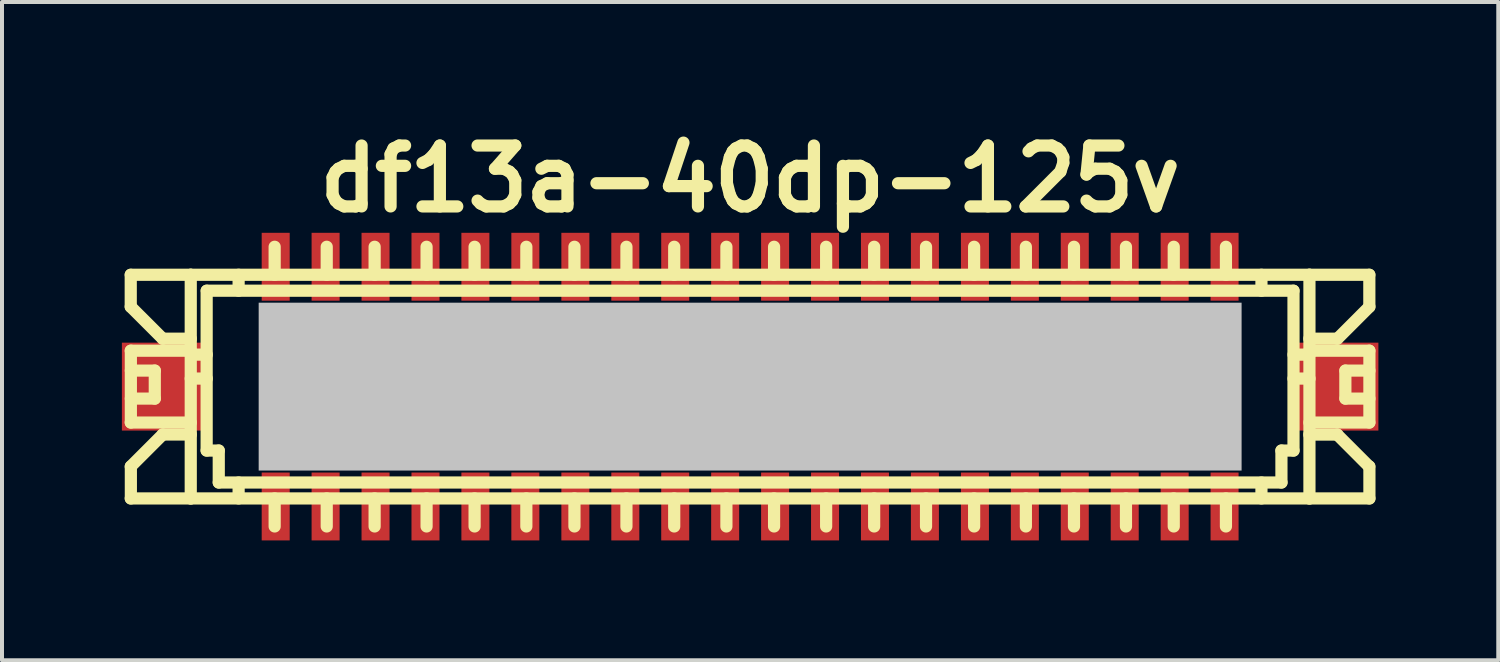
<source format=kicad_pcb>
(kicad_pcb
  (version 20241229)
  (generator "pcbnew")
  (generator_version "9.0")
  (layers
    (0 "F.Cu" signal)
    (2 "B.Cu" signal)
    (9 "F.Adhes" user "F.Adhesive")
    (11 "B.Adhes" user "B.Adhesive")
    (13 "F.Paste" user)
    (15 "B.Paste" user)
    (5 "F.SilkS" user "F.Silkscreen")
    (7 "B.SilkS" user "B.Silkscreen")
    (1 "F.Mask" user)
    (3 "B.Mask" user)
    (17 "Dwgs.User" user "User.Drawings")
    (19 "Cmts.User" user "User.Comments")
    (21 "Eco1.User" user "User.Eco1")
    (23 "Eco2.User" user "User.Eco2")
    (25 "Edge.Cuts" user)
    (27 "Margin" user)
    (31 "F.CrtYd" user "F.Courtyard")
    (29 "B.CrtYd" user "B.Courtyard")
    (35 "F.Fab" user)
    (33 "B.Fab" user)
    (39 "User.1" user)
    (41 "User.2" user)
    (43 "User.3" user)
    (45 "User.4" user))
  (footprint "df13a-40dp-125v"
    (layer "F.Cu")
    (at 15.724 6.626)
    (property "Reference" "df13a-40dp-125v" (at 0 -5.199 0) (layer "F.SilkS") (effects (font (size 1.524 1.524) (thickness 0.305))))
    (attr through_hole)
    (fp_line (start -15.502 -2.799) (end -15.502 -1.999) (stroke (width 0.305) (type solid)) (layer "F.SilkS"))
    (fp_line (start -15.502 -1.999) (end -14.702 -1.199) (stroke (width 0.305) (type solid)) (layer "F.SilkS"))
    (fp_line (start -15.502 -0.899) (end -14 -0.899) (stroke (width 0.305) (type solid)) (layer "F.SilkS"))
    (fp_line (start -15.502 0.899) (end -14 0.899) (stroke (width 0.305) (type solid)) (layer "F.SilkS"))
    (fp_line (start -15.502 2.799) (end -14 2.799) (stroke (width 0.305) (type solid)) (layer "F.SilkS"))
    (fp_line (start -15.499 -0.401) (end -14.9 -0.401) (stroke (width 0.305) (type solid)) (layer "F.SilkS"))
    (fp_line (start -15.499 0.899) (end -15.499 -0.899) (stroke (width 0.305) (type solid)) (layer "F.SilkS"))
    (fp_line (start -15.499 2.799) (end -15.499 1.999) (stroke (width 0.305) (type solid)) (layer "F.SilkS"))
    (fp_line (start -14.9 -0.401) (end -14.9 0.3) (stroke (width 0.305) (type solid)) (layer "F.SilkS"))
    (fp_line (start -14.9 0.3) (end -15.499 0.3) (stroke (width 0.305) (type solid)) (layer "F.SilkS"))
    (fp_line (start -14.702 -1.199) (end -14 -1.199) (stroke (width 0.305) (type solid)) (layer "F.SilkS"))
    (fp_line (start -14.702 1.199) (end -15.502 1.999) (stroke (width 0.305) (type solid)) (layer "F.SilkS"))
    (fp_line (start -14 -2.799) (end -15.502 -2.799) (stroke (width 0.305) (type solid)) (layer "F.SilkS"))
    (fp_line (start -14 -2.799) (end -14 2.799) (stroke (width 0.305) (type solid)) (layer "F.SilkS"))
    (fp_line (start -14 -0.8) (end -13.599 -0.8) (stroke (width 0.305) (type solid)) (layer "F.SilkS"))
    (fp_line (start -14 -0.201) (end -13.599 -0.201) (stroke (width 0.305) (type solid)) (layer "F.SilkS"))
    (fp_line (start -14 1.199) (end -14.702 1.199) (stroke (width 0.305) (type solid)) (layer "F.SilkS"))
    (fp_line (start -14 2.799) (end 14 2.799) (stroke (width 0.305) (type solid)) (layer "F.SilkS"))
    (fp_line (start -13.602 1.6) (end -13.602 -2.4) (stroke (width 0.305) (type solid)) (layer "F.SilkS"))
    (fp_line (start -13.599 -2.4) (end 13.599 -2.4) (stroke (width 0.305) (type solid)) (layer "F.SilkS"))
    (fp_line (start -13.299 1.6) (end -13.602 1.6) (stroke (width 0.305) (type solid)) (layer "F.SilkS"))
    (fp_line (start -13.299 2.4) (end -13.299 1.6) (stroke (width 0.305) (type solid)) (layer "F.SilkS"))
    (fp_line (start -12.802 -2.799) (end -12.802 -2.4) (stroke (width 0.305) (type solid)) (layer "F.SilkS"))
    (fp_line (start -12.802 2.4) (end -12.802 2.799) (stroke (width 0.305) (type solid)) (layer "F.SilkS"))
    (fp_line (start -12.002 -0.701) (end -12.002 -0.5) (stroke (width 0.305) (type solid)) (layer "F.SilkS"))
    (fp_line (start -12.002 -0.5) (end -11.801 -0.5) (stroke (width 0.305) (type solid)) (layer "F.SilkS"))
    (fp_line (start -12.002 0.498) (end -12.002 0.699) (stroke (width 0.305) (type solid)) (layer "F.SilkS"))
    (fp_line (start -12.002 0.699) (end -11.801 0.699) (stroke (width 0.305) (type solid)) (layer "F.SilkS"))
    (fp_line (start -11.9 -3.5) (end -11.9 -2.799) (stroke (width 0.305) (type solid)) (layer "F.SilkS"))
    (fp_line (start -11.9 2.799) (end -11.9 3.5) (stroke (width 0.305) (type solid)) (layer "F.SilkS"))
    (fp_line (start -11.801 -0.701) (end -12.002 -0.701) (stroke (width 0.305) (type solid)) (layer "F.SilkS"))
    (fp_line (start -11.801 -0.5) (end -11.801 -0.701) (stroke (width 0.305) (type solid)) (layer "F.SilkS"))
    (fp_line (start -11.801 0.498) (end -12.002 0.498) (stroke (width 0.305) (type solid)) (layer "F.SilkS"))
    (fp_line (start -11.801 0.699) (end -11.801 0.498) (stroke (width 0.305) (type solid)) (layer "F.SilkS"))
    (fp_line (start -10.698 -0.699) (end -10.5 -0.699) (stroke (width 0.305) (type solid)) (layer "F.SilkS"))
    (fp_line (start -10.698 -0.5) (end -10.698 -0.699) (stroke (width 0.305) (type solid)) (layer "F.SilkS"))
    (fp_line (start -10.698 0.5) (end -10.5 0.5) (stroke (width 0.305) (type solid)) (layer "F.SilkS"))
    (fp_line (start -10.698 0.699) (end -10.698 0.5) (stroke (width 0.305) (type solid)) (layer "F.SilkS"))
    (fp_line (start -10.597 -3.5) (end -10.597 -2.799) (stroke (width 0.305) (type solid)) (layer "F.SilkS"))
    (fp_line (start -10.597 2.799) (end -10.597 3.5) (stroke (width 0.305) (type solid)) (layer "F.SilkS"))
    (fp_line (start -10.5 -0.699) (end -10.5 -0.5) (stroke (width 0.305) (type solid)) (layer "F.SilkS"))
    (fp_line (start -10.5 -0.5) (end -10.698 -0.5) (stroke (width 0.305) (type solid)) (layer "F.SilkS"))
    (fp_line (start -10.5 0.5) (end -10.5 0.699) (stroke (width 0.305) (type solid)) (layer "F.SilkS"))
    (fp_line (start -10.5 0.699) (end -10.698 0.699) (stroke (width 0.305) (type solid)) (layer "F.SilkS"))
    (fp_line (start -9.502 -0.699) (end -9.304 -0.699) (stroke (width 0.305) (type solid)) (layer "F.SilkS"))
    (fp_line (start -9.502 -0.5) (end -9.502 -0.699) (stroke (width 0.305) (type solid)) (layer "F.SilkS"))
    (fp_line (start -9.502 0.5) (end -9.304 0.5) (stroke (width 0.305) (type solid)) (layer "F.SilkS"))
    (fp_line (start -9.502 0.699) (end -9.502 0.5) (stroke (width 0.305) (type solid)) (layer "F.SilkS"))
    (fp_line (start -9.398 -3.5) (end -9.398 -2.799) (stroke (width 0.305) (type solid)) (layer "F.SilkS"))
    (fp_line (start -9.398 2.799) (end -9.398 3.5) (stroke (width 0.305) (type solid)) (layer "F.SilkS"))
    (fp_line (start -9.304 -0.699) (end -9.304 -0.5) (stroke (width 0.305) (type solid)) (layer "F.SilkS"))
    (fp_line (start -9.304 -0.5) (end -9.502 -0.5) (stroke (width 0.305) (type solid)) (layer "F.SilkS"))
    (fp_line (start -9.304 0.5) (end -9.304 0.699) (stroke (width 0.305) (type solid)) (layer "F.SilkS"))
    (fp_line (start -9.304 0.699) (end -9.502 0.699) (stroke (width 0.305) (type solid)) (layer "F.SilkS"))
    (fp_line (start -8.199 -0.699) (end -8.001 -0.699) (stroke (width 0.305) (type solid)) (layer "F.SilkS"))
    (fp_line (start -8.199 -0.5) (end -8.199 -0.699) (stroke (width 0.305) (type solid)) (layer "F.SilkS"))
    (fp_line (start -8.199 0.5) (end -8.001 0.5) (stroke (width 0.305) (type solid)) (layer "F.SilkS"))
    (fp_line (start -8.199 0.699) (end -8.199 0.5) (stroke (width 0.305) (type solid)) (layer "F.SilkS"))
    (fp_line (start -8.098 -3.5) (end -8.098 -2.799) (stroke (width 0.305) (type solid)) (layer "F.SilkS"))
    (fp_line (start -8.098 2.799) (end -8.098 3.5) (stroke (width 0.305) (type solid)) (layer "F.SilkS"))
    (fp_line (start -8.001 -0.699) (end -8.001 -0.5) (stroke (width 0.305) (type solid)) (layer "F.SilkS"))
    (fp_line (start -8.001 -0.5) (end -8.199 -0.5) (stroke (width 0.305) (type solid)) (layer "F.SilkS"))
    (fp_line (start -8.001 0.5) (end -8.001 0.699) (stroke (width 0.305) (type solid)) (layer "F.SilkS"))
    (fp_line (start -8.001 0.699) (end -8.199 0.699) (stroke (width 0.305) (type solid)) (layer "F.SilkS"))
    (fp_line (start -6.998 -0.701) (end -6.797 -0.701) (stroke (width 0.305) (type solid)) (layer "F.SilkS"))
    (fp_line (start -6.998 -0.5) (end -6.998 -0.701) (stroke (width 0.305) (type solid)) (layer "F.SilkS"))
    (fp_line (start -6.998 0.498) (end -6.797 0.498) (stroke (width 0.305) (type solid)) (layer "F.SilkS"))
    (fp_line (start -6.998 0.699) (end -6.998 0.498) (stroke (width 0.305) (type solid)) (layer "F.SilkS"))
    (fp_line (start -6.896 -3.5) (end -6.896 -2.799) (stroke (width 0.305) (type solid)) (layer "F.SilkS"))
    (fp_line (start -6.896 2.799) (end -6.896 3.5) (stroke (width 0.305) (type solid)) (layer "F.SilkS"))
    (fp_line (start -6.797 -0.701) (end -6.797 -0.5) (stroke (width 0.305) (type solid)) (layer "F.SilkS"))
    (fp_line (start -6.797 -0.5) (end -6.998 -0.5) (stroke (width 0.305) (type solid)) (layer "F.SilkS"))
    (fp_line (start -6.797 0.498) (end -6.797 0.699) (stroke (width 0.305) (type solid)) (layer "F.SilkS"))
    (fp_line (start -6.797 0.699) (end -6.998 0.699) (stroke (width 0.305) (type solid)) (layer "F.SilkS"))
    (fp_line (start -5.702 -0.704) (end -5.702 -0.503) (stroke (width 0.305) (type solid)) (layer "F.SilkS"))
    (fp_line (start -5.702 -0.503) (end -5.502 -0.503) (stroke (width 0.305) (type solid)) (layer "F.SilkS"))
    (fp_line (start -5.702 0.495) (end -5.702 0.696) (stroke (width 0.305) (type solid)) (layer "F.SilkS"))
    (fp_line (start -5.702 0.696) (end -5.502 0.696) (stroke (width 0.305) (type solid)) (layer "F.SilkS"))
    (fp_line (start -5.601 -3.5) (end -5.601 -2.799) (stroke (width 0.305) (type solid)) (layer "F.SilkS"))
    (fp_line (start -5.601 2.799) (end -5.601 3.5) (stroke (width 0.305) (type solid)) (layer "F.SilkS"))
    (fp_line (start -5.502 -0.704) (end -5.702 -0.704) (stroke (width 0.305) (type solid)) (layer "F.SilkS"))
    (fp_line (start -5.502 -0.503) (end -5.502 -0.704) (stroke (width 0.305) (type solid)) (layer "F.SilkS"))
    (fp_line (start -5.502 0.495) (end -5.702 0.495) (stroke (width 0.305) (type solid)) (layer "F.SilkS"))
    (fp_line (start -5.502 0.696) (end -5.502 0.495) (stroke (width 0.305) (type solid)) (layer "F.SilkS"))
    (fp_line (start -4.501 -0.701) (end -4.303 -0.701) (stroke (width 0.305) (type solid)) (layer "F.SilkS"))
    (fp_line (start -4.501 -0.503) (end -4.501 -0.701) (stroke (width 0.305) (type solid)) (layer "F.SilkS"))
    (fp_line (start -4.501 0.498) (end -4.303 0.498) (stroke (width 0.305) (type solid)) (layer "F.SilkS"))
    (fp_line (start -4.501 0.696) (end -4.501 0.498) (stroke (width 0.305) (type solid)) (layer "F.SilkS"))
    (fp_line (start -4.397 -3.5) (end -4.397 -2.799) (stroke (width 0.305) (type solid)) (layer "F.SilkS"))
    (fp_line (start -4.397 2.799) (end -4.397 3.5) (stroke (width 0.305) (type solid)) (layer "F.SilkS"))
    (fp_line (start -4.303 -0.701) (end -4.303 -0.503) (stroke (width 0.305) (type solid)) (layer "F.SilkS"))
    (fp_line (start -4.303 -0.503) (end -4.501 -0.503) (stroke (width 0.305) (type solid)) (layer "F.SilkS"))
    (fp_line (start -4.303 0.498) (end -4.303 0.696) (stroke (width 0.305) (type solid)) (layer "F.SilkS"))
    (fp_line (start -4.303 0.696) (end -4.501 0.696) (stroke (width 0.305) (type solid)) (layer "F.SilkS"))
    (fp_line (start -3.203 -0.701) (end -3.005 -0.701) (stroke (width 0.305) (type solid)) (layer "F.SilkS"))
    (fp_line (start -3.203 -0.503) (end -3.203 -0.701) (stroke (width 0.305) (type solid)) (layer "F.SilkS"))
    (fp_line (start -3.203 0.498) (end -3.005 0.498) (stroke (width 0.305) (type solid)) (layer "F.SilkS"))
    (fp_line (start -3.203 0.696) (end -3.203 0.498) (stroke (width 0.305) (type solid)) (layer "F.SilkS"))
    (fp_line (start -3.096 -3.5) (end -3.096 -2.799) (stroke (width 0.305) (type solid)) (layer "F.SilkS"))
    (fp_line (start -3.096 2.799) (end -3.096 3.5) (stroke (width 0.305) (type solid)) (layer "F.SilkS"))
    (fp_line (start -3.005 -0.701) (end -3.005 -0.503) (stroke (width 0.305) (type solid)) (layer "F.SilkS"))
    (fp_line (start -3.005 -0.503) (end -3.203 -0.503) (stroke (width 0.305) (type solid)) (layer "F.SilkS"))
    (fp_line (start -3.005 0.498) (end -3.005 0.696) (stroke (width 0.305) (type solid)) (layer "F.SilkS"))
    (fp_line (start -3.005 0.696) (end -3.203 0.696) (stroke (width 0.305) (type solid)) (layer "F.SilkS"))
    (fp_line (start -2.002 -0.701) (end -1.803 -0.701) (stroke (width 0.305) (type solid)) (layer "F.SilkS"))
    (fp_line (start -2.002 -0.503) (end -2.002 -0.701) (stroke (width 0.305) (type solid)) (layer "F.SilkS"))
    (fp_line (start -2.002 0.498) (end -1.803 0.498) (stroke (width 0.305) (type solid)) (layer "F.SilkS"))
    (fp_line (start -2.002 0.696) (end -2.002 0.498) (stroke (width 0.305) (type solid)) (layer "F.SilkS"))
    (fp_line (start -1.9 -3.5) (end -1.9 -2.799) (stroke (width 0.305) (type solid)) (layer "F.SilkS"))
    (fp_line (start -1.9 2.799) (end -1.9 3.5) (stroke (width 0.305) (type solid)) (layer "F.SilkS"))
    (fp_line (start -1.803 -0.701) (end -1.803 -0.503) (stroke (width 0.305) (type solid)) (layer "F.SilkS"))
    (fp_line (start -1.803 -0.503) (end -2.002 -0.503) (stroke (width 0.305) (type solid)) (layer "F.SilkS"))
    (fp_line (start -1.803 0.498) (end -1.803 0.696) (stroke (width 0.305) (type solid)) (layer "F.SilkS"))
    (fp_line (start -1.803 0.696) (end -2.002 0.696) (stroke (width 0.305) (type solid)) (layer "F.SilkS"))
    (fp_line (start -0.699 -0.704) (end -0.498 -0.704) (stroke (width 0.305) (type solid)) (layer "F.SilkS"))
    (fp_line (start -0.699 -0.503) (end -0.699 -0.704) (stroke (width 0.305) (type solid)) (layer "F.SilkS"))
    (fp_line (start -0.699 0.495) (end -0.498 0.495) (stroke (width 0.305) (type solid)) (layer "F.SilkS"))
    (fp_line (start -0.699 0.696) (end -0.699 0.495) (stroke (width 0.305) (type solid)) (layer "F.SilkS"))
    (fp_line (start -0.594 -3.5) (end -0.594 -2.799) (stroke (width 0.305) (type solid)) (layer "F.SilkS"))
    (fp_line (start -0.594 2.799) (end -0.594 3.5) (stroke (width 0.305) (type solid)) (layer "F.SilkS"))
    (fp_line (start -0.498 -0.704) (end -0.498 -0.503) (stroke (width 0.305) (type solid)) (layer "F.SilkS"))
    (fp_line (start -0.498 -0.503) (end -0.699 -0.503) (stroke (width 0.305) (type solid)) (layer "F.SilkS"))
    (fp_line (start -0.498 0.495) (end -0.498 0.696) (stroke (width 0.305) (type solid)) (layer "F.SilkS"))
    (fp_line (start -0.498 0.696) (end -0.699 0.696) (stroke (width 0.305) (type solid)) (layer "F.SilkS"))
    (fp_line (start 0.498 -0.704) (end 0.498 -0.503) (stroke (width 0.305) (type solid)) (layer "F.SilkS"))
    (fp_line (start 0.498 -0.503) (end 0.699 -0.503) (stroke (width 0.305) (type solid)) (layer "F.SilkS"))
    (fp_line (start 0.498 0.495) (end 0.498 0.696) (stroke (width 0.305) (type solid)) (layer "F.SilkS"))
    (fp_line (start 0.498 0.696) (end 0.699 0.696) (stroke (width 0.305) (type solid)) (layer "F.SilkS"))
    (fp_line (start 0.599 -3.5) (end 0.599 -2.799) (stroke (width 0.305) (type solid)) (layer "F.SilkS"))
    (fp_line (start 0.599 2.799) (end 0.599 3.5) (stroke (width 0.305) (type solid)) (layer "F.SilkS"))
    (fp_line (start 0.699 -0.704) (end 0.498 -0.704) (stroke (width 0.305) (type solid)) (layer "F.SilkS"))
    (fp_line (start 0.699 -0.503) (end 0.699 -0.704) (stroke (width 0.305) (type solid)) (layer "F.SilkS"))
    (fp_line (start 0.699 0.495) (end 0.498 0.495) (stroke (width 0.305) (type solid)) (layer "F.SilkS"))
    (fp_line (start 0.699 0.696) (end 0.699 0.495) (stroke (width 0.305) (type solid)) (layer "F.SilkS"))
    (fp_line (start 1.798 -0.701) (end 1.996 -0.701) (stroke (width 0.305) (type solid)) (layer "F.SilkS"))
    (fp_line (start 1.798 -0.503) (end 1.798 -0.701) (stroke (width 0.305) (type solid)) (layer "F.SilkS"))
    (fp_line (start 1.798 0.498) (end 1.996 0.498) (stroke (width 0.305) (type solid)) (layer "F.SilkS"))
    (fp_line (start 1.798 0.696) (end 1.798 0.498) (stroke (width 0.305) (type solid)) (layer "F.SilkS"))
    (fp_line (start 1.902 -3.5) (end 1.902 -2.799) (stroke (width 0.305) (type solid)) (layer "F.SilkS"))
    (fp_line (start 1.902 2.799) (end 1.902 3.5) (stroke (width 0.305) (type solid)) (layer "F.SilkS"))
    (fp_line (start 1.996 -0.701) (end 1.996 -0.503) (stroke (width 0.305) (type solid)) (layer "F.SilkS"))
    (fp_line (start 1.996 -0.503) (end 1.798 -0.503) (stroke (width 0.305) (type solid)) (layer "F.SilkS"))
    (fp_line (start 1.996 0.498) (end 1.996 0.696) (stroke (width 0.305) (type solid)) (layer "F.SilkS"))
    (fp_line (start 1.996 0.696) (end 1.798 0.696) (stroke (width 0.305) (type solid)) (layer "F.SilkS"))
    (fp_line (start 2.997 -0.701) (end 3.195 -0.701) (stroke (width 0.305) (type solid)) (layer "F.SilkS"))
    (fp_line (start 2.997 -0.503) (end 2.997 -0.701) (stroke (width 0.305) (type solid)) (layer "F.SilkS"))
    (fp_line (start 2.997 0.498) (end 3.195 0.498) (stroke (width 0.305) (type solid)) (layer "F.SilkS"))
    (fp_line (start 2.997 0.696) (end 2.997 0.498) (stroke (width 0.305) (type solid)) (layer "F.SilkS"))
    (fp_line (start 3.104 -3.5) (end 3.104 -2.799) (stroke (width 0.305) (type solid)) (layer "F.SilkS"))
    (fp_line (start 3.104 2.799) (end 3.104 3.5) (stroke (width 0.305) (type solid)) (layer "F.SilkS"))
    (fp_line (start 3.195 -0.701) (end 3.195 -0.503) (stroke (width 0.305) (type solid)) (layer "F.SilkS"))
    (fp_line (start 3.195 -0.503) (end 2.997 -0.503) (stroke (width 0.305) (type solid)) (layer "F.SilkS"))
    (fp_line (start 3.195 0.498) (end 3.195 0.696) (stroke (width 0.305) (type solid)) (layer "F.SilkS"))
    (fp_line (start 3.195 0.696) (end 2.997 0.696) (stroke (width 0.305) (type solid)) (layer "F.SilkS"))
    (fp_line (start 4.295 -0.701) (end 4.493 -0.701) (stroke (width 0.305) (type solid)) (layer "F.SilkS"))
    (fp_line (start 4.295 -0.503) (end 4.295 -0.701) (stroke (width 0.305) (type solid)) (layer "F.SilkS"))
    (fp_line (start 4.295 0.498) (end 4.493 0.498) (stroke (width 0.305) (type solid)) (layer "F.SilkS"))
    (fp_line (start 4.295 0.696) (end 4.295 0.498) (stroke (width 0.305) (type solid)) (layer "F.SilkS"))
    (fp_line (start 4.402 -3.5) (end 4.402 -2.799) (stroke (width 0.305) (type solid)) (layer "F.SilkS"))
    (fp_line (start 4.402 2.799) (end 4.402 3.5) (stroke (width 0.305) (type solid)) (layer "F.SilkS"))
    (fp_line (start 4.493 -0.701) (end 4.493 -0.503) (stroke (width 0.305) (type solid)) (layer "F.SilkS"))
    (fp_line (start 4.493 -0.503) (end 4.295 -0.503) (stroke (width 0.305) (type solid)) (layer "F.SilkS"))
    (fp_line (start 4.493 0.498) (end 4.493 0.696) (stroke (width 0.305) (type solid)) (layer "F.SilkS"))
    (fp_line (start 4.493 0.696) (end 4.295 0.696) (stroke (width 0.305) (type solid)) (layer "F.SilkS"))
    (fp_line (start 5.499 -0.704) (end 5.7 -0.704) (stroke (width 0.305) (type solid)) (layer "F.SilkS"))
    (fp_line (start 5.499 -0.503) (end 5.499 -0.704) (stroke (width 0.305) (type solid)) (layer "F.SilkS"))
    (fp_line (start 5.499 0.495) (end 5.7 0.495) (stroke (width 0.305) (type solid)) (layer "F.SilkS"))
    (fp_line (start 5.499 0.696) (end 5.499 0.495) (stroke (width 0.305) (type solid)) (layer "F.SilkS"))
    (fp_line (start 5.606 -3.5) (end 5.606 -2.799) (stroke (width 0.305) (type solid)) (layer "F.SilkS"))
    (fp_line (start 5.606 2.799) (end 5.606 3.5) (stroke (width 0.305) (type solid)) (layer "F.SilkS"))
    (fp_line (start 5.7 -0.704) (end 5.7 -0.503) (stroke (width 0.305) (type solid)) (layer "F.SilkS"))
    (fp_line (start 5.7 -0.503) (end 5.499 -0.503) (stroke (width 0.305) (type solid)) (layer "F.SilkS"))
    (fp_line (start 5.7 0.495) (end 5.7 0.696) (stroke (width 0.305) (type solid)) (layer "F.SilkS"))
    (fp_line (start 5.7 0.696) (end 5.499 0.696) (stroke (width 0.305) (type solid)) (layer "F.SilkS"))
    (fp_line (start 6.797 -0.704) (end 6.797 -0.503) (stroke (width 0.305) (type solid)) (layer "F.SilkS"))
    (fp_line (start 6.797 -0.503) (end 6.998 -0.503) (stroke (width 0.305) (type solid)) (layer "F.SilkS"))
    (fp_line (start 6.797 0.495) (end 6.797 0.696) (stroke (width 0.305) (type solid)) (layer "F.SilkS"))
    (fp_line (start 6.797 0.696) (end 6.998 0.696) (stroke (width 0.305) (type solid)) (layer "F.SilkS"))
    (fp_line (start 6.901 -3.5) (end 6.901 -2.799) (stroke (width 0.305) (type solid)) (layer "F.SilkS"))
    (fp_line (start 6.901 2.799) (end 6.901 3.5) (stroke (width 0.305) (type solid)) (layer "F.SilkS"))
    (fp_line (start 6.998 -0.704) (end 6.797 -0.704) (stroke (width 0.305) (type solid)) (layer "F.SilkS"))
    (fp_line (start 6.998 -0.503) (end 6.998 -0.704) (stroke (width 0.305) (type solid)) (layer "F.SilkS"))
    (fp_line (start 6.998 0.495) (end 6.797 0.495) (stroke (width 0.305) (type solid)) (layer "F.SilkS"))
    (fp_line (start 6.998 0.696) (end 6.998 0.495) (stroke (width 0.305) (type solid)) (layer "F.SilkS"))
    (fp_line (start 7.998 -0.701) (end 8.197 -0.701) (stroke (width 0.305) (type solid)) (layer "F.SilkS"))
    (fp_line (start 7.998 -0.503) (end 7.998 -0.701) (stroke (width 0.305) (type solid)) (layer "F.SilkS"))
    (fp_line (start 7.998 0.498) (end 8.197 0.498) (stroke (width 0.305) (type solid)) (layer "F.SilkS"))
    (fp_line (start 7.998 0.696) (end 7.998 0.498) (stroke (width 0.305) (type solid)) (layer "F.SilkS"))
    (fp_line (start 8.105 -3.5) (end 8.105 -2.799) (stroke (width 0.305) (type solid)) (layer "F.SilkS"))
    (fp_line (start 8.105 2.799) (end 8.105 3.5) (stroke (width 0.305) (type solid)) (layer "F.SilkS"))
    (fp_line (start 8.197 -0.701) (end 8.197 -0.503) (stroke (width 0.305) (type solid)) (layer "F.SilkS"))
    (fp_line (start 8.197 -0.503) (end 7.998 -0.503) (stroke (width 0.305) (type solid)) (layer "F.SilkS"))
    (fp_line (start 8.197 0.498) (end 8.197 0.696) (stroke (width 0.305) (type solid)) (layer "F.SilkS"))
    (fp_line (start 8.197 0.696) (end 7.998 0.696) (stroke (width 0.305) (type solid)) (layer "F.SilkS"))
    (fp_line (start 9.296 -0.701) (end 9.495 -0.701) (stroke (width 0.305) (type solid)) (layer "F.SilkS"))
    (fp_line (start 9.296 -0.503) (end 9.296 -0.701) (stroke (width 0.305) (type solid)) (layer "F.SilkS"))
    (fp_line (start 9.296 0.498) (end 9.495 0.498) (stroke (width 0.305) (type solid)) (layer "F.SilkS"))
    (fp_line (start 9.296 0.696) (end 9.296 0.498) (stroke (width 0.305) (type solid)) (layer "F.SilkS"))
    (fp_line (start 9.406 -3.5) (end 9.406 -2.799) (stroke (width 0.305) (type solid)) (layer "F.SilkS"))
    (fp_line (start 9.406 2.799) (end 9.406 3.5) (stroke (width 0.305) (type solid)) (layer "F.SilkS"))
    (fp_line (start 9.495 -0.701) (end 9.495 -0.503) (stroke (width 0.305) (type solid)) (layer "F.SilkS"))
    (fp_line (start 9.495 -0.503) (end 9.296 -0.503) (stroke (width 0.305) (type solid)) (layer "F.SilkS"))
    (fp_line (start 9.495 0.498) (end 9.495 0.696) (stroke (width 0.305) (type solid)) (layer "F.SilkS"))
    (fp_line (start 9.495 0.696) (end 9.296 0.696) (stroke (width 0.305) (type solid)) (layer "F.SilkS"))
    (fp_line (start 10.493 -0.701) (end 10.691 -0.701) (stroke (width 0.305) (type solid)) (layer "F.SilkS"))
    (fp_line (start 10.493 -0.503) (end 10.493 -0.701) (stroke (width 0.305) (type solid)) (layer "F.SilkS"))
    (fp_line (start 10.493 0.498) (end 10.691 0.498) (stroke (width 0.305) (type solid)) (layer "F.SilkS"))
    (fp_line (start 10.493 0.696) (end 10.493 0.498) (stroke (width 0.305) (type solid)) (layer "F.SilkS"))
    (fp_line (start 10.602 -3.5) (end 10.602 -2.799) (stroke (width 0.305) (type solid)) (layer "F.SilkS"))
    (fp_line (start 10.602 2.799) (end 10.602 3.5) (stroke (width 0.305) (type solid)) (layer "F.SilkS"))
    (fp_line (start 10.691 -0.701) (end 10.691 -0.503) (stroke (width 0.305) (type solid)) (layer "F.SilkS"))
    (fp_line (start 10.691 -0.503) (end 10.493 -0.503) (stroke (width 0.305) (type solid)) (layer "F.SilkS"))
    (fp_line (start 10.691 0.498) (end 10.691 0.696) (stroke (width 0.305) (type solid)) (layer "F.SilkS"))
    (fp_line (start 10.691 0.696) (end 10.493 0.696) (stroke (width 0.305) (type solid)) (layer "F.SilkS"))
    (fp_line (start 11.798 -0.704) (end 11.999 -0.704) (stroke (width 0.305) (type solid)) (layer "F.SilkS"))
    (fp_line (start 11.798 -0.503) (end 11.798 -0.704) (stroke (width 0.305) (type solid)) (layer "F.SilkS"))
    (fp_line (start 11.798 0.495) (end 11.999 0.495) (stroke (width 0.305) (type solid)) (layer "F.SilkS"))
    (fp_line (start 11.798 0.696) (end 11.798 0.495) (stroke (width 0.305) (type solid)) (layer "F.SilkS"))
    (fp_line (start 11.908 -3.5) (end 11.908 -2.799) (stroke (width 0.305) (type solid)) (layer "F.SilkS"))
    (fp_line (start 11.908 2.799) (end 11.908 3.5) (stroke (width 0.305) (type solid)) (layer "F.SilkS"))
    (fp_line (start 11.999 -0.704) (end 11.999 -0.503) (stroke (width 0.305) (type solid)) (layer "F.SilkS"))
    (fp_line (start 11.999 -0.503) (end 11.798 -0.503) (stroke (width 0.305) (type solid)) (layer "F.SilkS"))
    (fp_line (start 11.999 0.495) (end 11.999 0.696) (stroke (width 0.305) (type solid)) (layer "F.SilkS"))
    (fp_line (start 11.999 0.696) (end 11.798 0.696) (stroke (width 0.305) (type solid)) (layer "F.SilkS"))
    (fp_line (start 12.797 -2.799) (end 12.797 -2.4) (stroke (width 0.305) (type solid)) (layer "F.SilkS"))
    (fp_line (start 12.797 2.4) (end 12.797 2.799) (stroke (width 0.305) (type solid)) (layer "F.SilkS"))
    (fp_line (start 13.297 1.6) (end 13.297 2.4) (stroke (width 0.305) (type solid)) (layer "F.SilkS"))
    (fp_line (start 13.299 2.4) (end -13.299 2.4) (stroke (width 0.305) (type solid)) (layer "F.SilkS"))
    (fp_line (start 13.599 -2.4) (end 13.599 1.6) (stroke (width 0.305) (type solid)) (layer "F.SilkS"))
    (fp_line (start 13.599 -0.201) (end 14 -0.201) (stroke (width 0.305) (type solid)) (layer "F.SilkS"))
    (fp_line (start 13.599 1.6) (end 13.297 1.6) (stroke (width 0.305) (type solid)) (layer "F.SilkS"))
    (fp_line (start 13.995 -1.199) (end 14.696 -1.199) (stroke (width 0.305) (type solid)) (layer "F.SilkS"))
    (fp_line (start 13.995 1.201) (end 14.696 1.201) (stroke (width 0.305) (type solid)) (layer "F.SilkS"))
    (fp_line (start 13.998 2.799) (end 13.998 -2.799) (stroke (width 0.305) (type solid)) (layer "F.SilkS"))
    (fp_line (start 13.998 2.799) (end 15.499 2.799) (stroke (width 0.305) (type solid)) (layer "F.SilkS"))
    (fp_line (start 14 -2.799) (end -14 -2.799) (stroke (width 0.305) (type solid)) (layer "F.SilkS"))
    (fp_line (start 14 -0.8) (end 13.599 -0.8) (stroke (width 0.305) (type solid)) (layer "F.SilkS"))
    (fp_line (start 14.694 1.201) (end 15.494 2.002) (stroke (width 0.305) (type solid)) (layer "F.SilkS"))
    (fp_line (start 14.699 -1.199) (end 15.499 -1.999) (stroke (width 0.305) (type solid)) (layer "F.SilkS"))
    (fp_line (start 14.897 -0.401) (end 14.897 0.3) (stroke (width 0.305) (type solid)) (layer "F.SilkS"))
    (fp_line (start 14.9 -0.401) (end 15.499 -0.401) (stroke (width 0.305) (type solid)) (layer "F.SilkS"))
    (fp_line (start 14.9 0.3) (end 15.499 0.3) (stroke (width 0.305) (type solid)) (layer "F.SilkS"))
    (fp_line (start 15.497 -2.799) (end 13.995 -2.799) (stroke (width 0.305) (type solid)) (layer "F.SilkS"))
    (fp_line (start 15.497 -2.799) (end 15.497 -1.999) (stroke (width 0.305) (type solid)) (layer "F.SilkS"))
    (fp_line (start 15.497 -0.899) (end 13.998 -0.899) (stroke (width 0.305) (type solid)) (layer "F.SilkS"))
    (fp_line (start 15.497 0.899) (end 13.998 0.899) (stroke (width 0.305) (type solid)) (layer "F.SilkS"))
    (fp_line (start 15.499 -0.899) (end 15.499 0.899) (stroke (width 0.305) (type solid)) (layer "F.SilkS"))
    (fp_line (start 15.499 2.799) (end 15.499 1.999) (stroke (width 0.305) (type solid)) (layer "F.SilkS"))
    (pad "" smd rect (at -14.724 0) (size 1.999 2.2) (layers "F.Cu" "F.Mask" "F.Paste"))
    (pad "" smd rect (at 0 0) (size 24.6 4.201) (layers "Dwgs.User"))
    (pad "" smd rect (at 14.724 0) (size 1.999 2.2) (layers "F.Cu" "F.Mask" "F.Paste"))
    (pad "1" smd rect (at -11.874 -3) (size 0.701 1.699) (layers "F.Cu" "F.Mask" "F.Paste"))
    (pad "2" smd rect (at -11.874 3) (size 0.701 1.699) (layers "F.Cu" "F.Mask" "F.Paste"))
    (pad "3" smd rect (at -10.625 -3) (size 0.701 1.699) (layers "F.Cu" "F.Mask" "F.Paste"))
    (pad "4" smd rect (at -10.625 3) (size 0.701 1.699) (layers "F.Cu" "F.Mask" "F.Paste"))
    (pad "5" smd rect (at -9.375 -3) (size 0.701 1.699) (layers "F.Cu" "F.Mask" "F.Paste"))
    (pad "6" smd rect (at -9.375 3) (size 0.701 1.699) (layers "F.Cu" "F.Mask" "F.Paste"))
    (pad "7" smd rect (at -8.125 -3) (size 0.701 1.699) (layers "F.Cu" "F.Mask" "F.Paste"))
    (pad "8" smd rect (at -8.125 3) (size 0.701 1.699) (layers "F.Cu" "F.Mask" "F.Paste"))
    (pad "9" smd rect (at -6.876 -3) (size 0.701 1.699) (layers "F.Cu" "F.Mask" "F.Paste"))
    (pad "10" smd rect (at -6.876 3) (size 0.701 1.699) (layers "F.Cu" "F.Mask" "F.Paste"))
    (pad "11" smd rect (at -5.626 -3) (size 0.701 1.699) (layers "F.Cu" "F.Mask" "F.Paste"))
    (pad "12" smd rect (at -5.626 3) (size 0.701 1.699) (layers "F.Cu" "F.Mask" "F.Paste"))
    (pad "13" smd rect (at -4.374 -3) (size 0.701 1.699) (layers "F.Cu" "F.Mask" "F.Paste"))
    (pad "14" smd rect (at -4.374 3) (size 0.701 1.699) (layers "F.Cu" "F.Mask" "F.Paste"))
    (pad "15" smd rect (at -3.124 -3) (size 0.701 1.699) (layers "F.Cu" "F.Mask" "F.Paste"))
    (pad "16" smd rect (at -3.124 3) (size 0.701 1.699) (layers "F.Cu" "F.Mask" "F.Paste"))
    (pad "17" smd rect (at -1.875 -3) (size 0.701 1.699) (layers "F.Cu" "F.Mask" "F.Paste"))
    (pad "18" smd rect (at -1.875 3) (size 0.701 1.699) (layers "F.Cu" "F.Mask" "F.Paste"))
    (pad "19" smd rect (at -0.625 -3) (size 0.701 1.699) (layers "F.Cu" "F.Mask" "F.Paste"))
    (pad "20" smd rect (at -0.625 3) (size 0.701 1.699) (layers "F.Cu" "F.Mask" "F.Paste"))
    (pad "21" smd rect (at 0.625 -3) (size 0.701 1.699) (layers "F.Cu" "F.Mask" "F.Paste"))
    (pad "22" smd rect (at 0.625 3) (size 0.701 1.699) (layers "F.Cu" "F.Mask" "F.Paste"))
    (pad "23" smd rect (at 1.875 -3) (size 0.701 1.699) (layers "F.Cu" "F.Mask" "F.Paste"))
    (pad "24" smd rect (at 1.875 3) (size 0.701 1.699) (layers "F.Cu" "F.Mask" "F.Paste"))
    (pad "25" smd rect (at 3.124 -3) (size 0.701 1.699) (layers "F.Cu" "F.Mask" "F.Paste"))
    (pad "26" smd rect (at 3.124 3) (size 0.701 1.699) (layers "F.Cu" "F.Mask" "F.Paste"))
    (pad "27" smd rect (at 4.374 -3) (size 0.701 1.699) (layers "F.Cu" "F.Mask" "F.Paste"))
    (pad "28" smd rect (at 4.374 3) (size 0.701 1.699) (layers "F.Cu" "F.Mask" "F.Paste"))
    (pad "29" smd rect (at 5.626 -3) (size 0.701 1.699) (layers "F.Cu" "F.Mask" "F.Paste"))
    (pad "30" smd rect (at 5.626 3) (size 0.701 1.699) (layers "F.Cu" "F.Mask" "F.Paste"))
    (pad "31" smd rect (at 6.876 -3) (size 0.701 1.699) (layers "F.Cu" "F.Mask" "F.Paste"))
    (pad "32" smd rect (at 6.876 3) (size 0.701 1.699) (layers "F.Cu" "F.Mask" "F.Paste"))
    (pad "33" smd rect (at 8.125 -3) (size 0.701 1.699) (layers "F.Cu" "F.Mask" "F.Paste"))
    (pad "34" smd rect (at 8.125 3) (size 0.701 1.699) (layers "F.Cu" "F.Mask" "F.Paste"))
    (pad "35" smd rect (at 9.375 -3) (size 0.701 1.699) (layers "F.Cu" "F.Mask" "F.Paste"))
    (pad "36" smd rect (at 9.375 3) (size 0.701 1.699) (layers "F.Cu" "F.Mask" "F.Paste"))
    (pad "37" smd rect (at 10.625 -3) (size 0.701 1.699) (layers "F.Cu" "F.Mask" "F.Paste"))
    (pad "38" smd rect (at 10.625 3) (size 0.701 1.699) (layers "F.Cu" "F.Mask" "F.Paste"))
    (pad "39" smd rect (at 11.874 -3) (size 0.701 1.699) (layers "F.Cu" "F.Mask" "F.Paste"))
    (pad "40" smd rect (at 11.874 3) (size 0.701 1.699) (layers "F.Cu" "F.Mask" "F.Paste")))
  (gr_rect
    (start -3 -3)
    (end 34.448 13.475)
    (stroke (width 0.1) (type default))
    (fill no)
    (layer "Edge.Cuts")))
</source>
